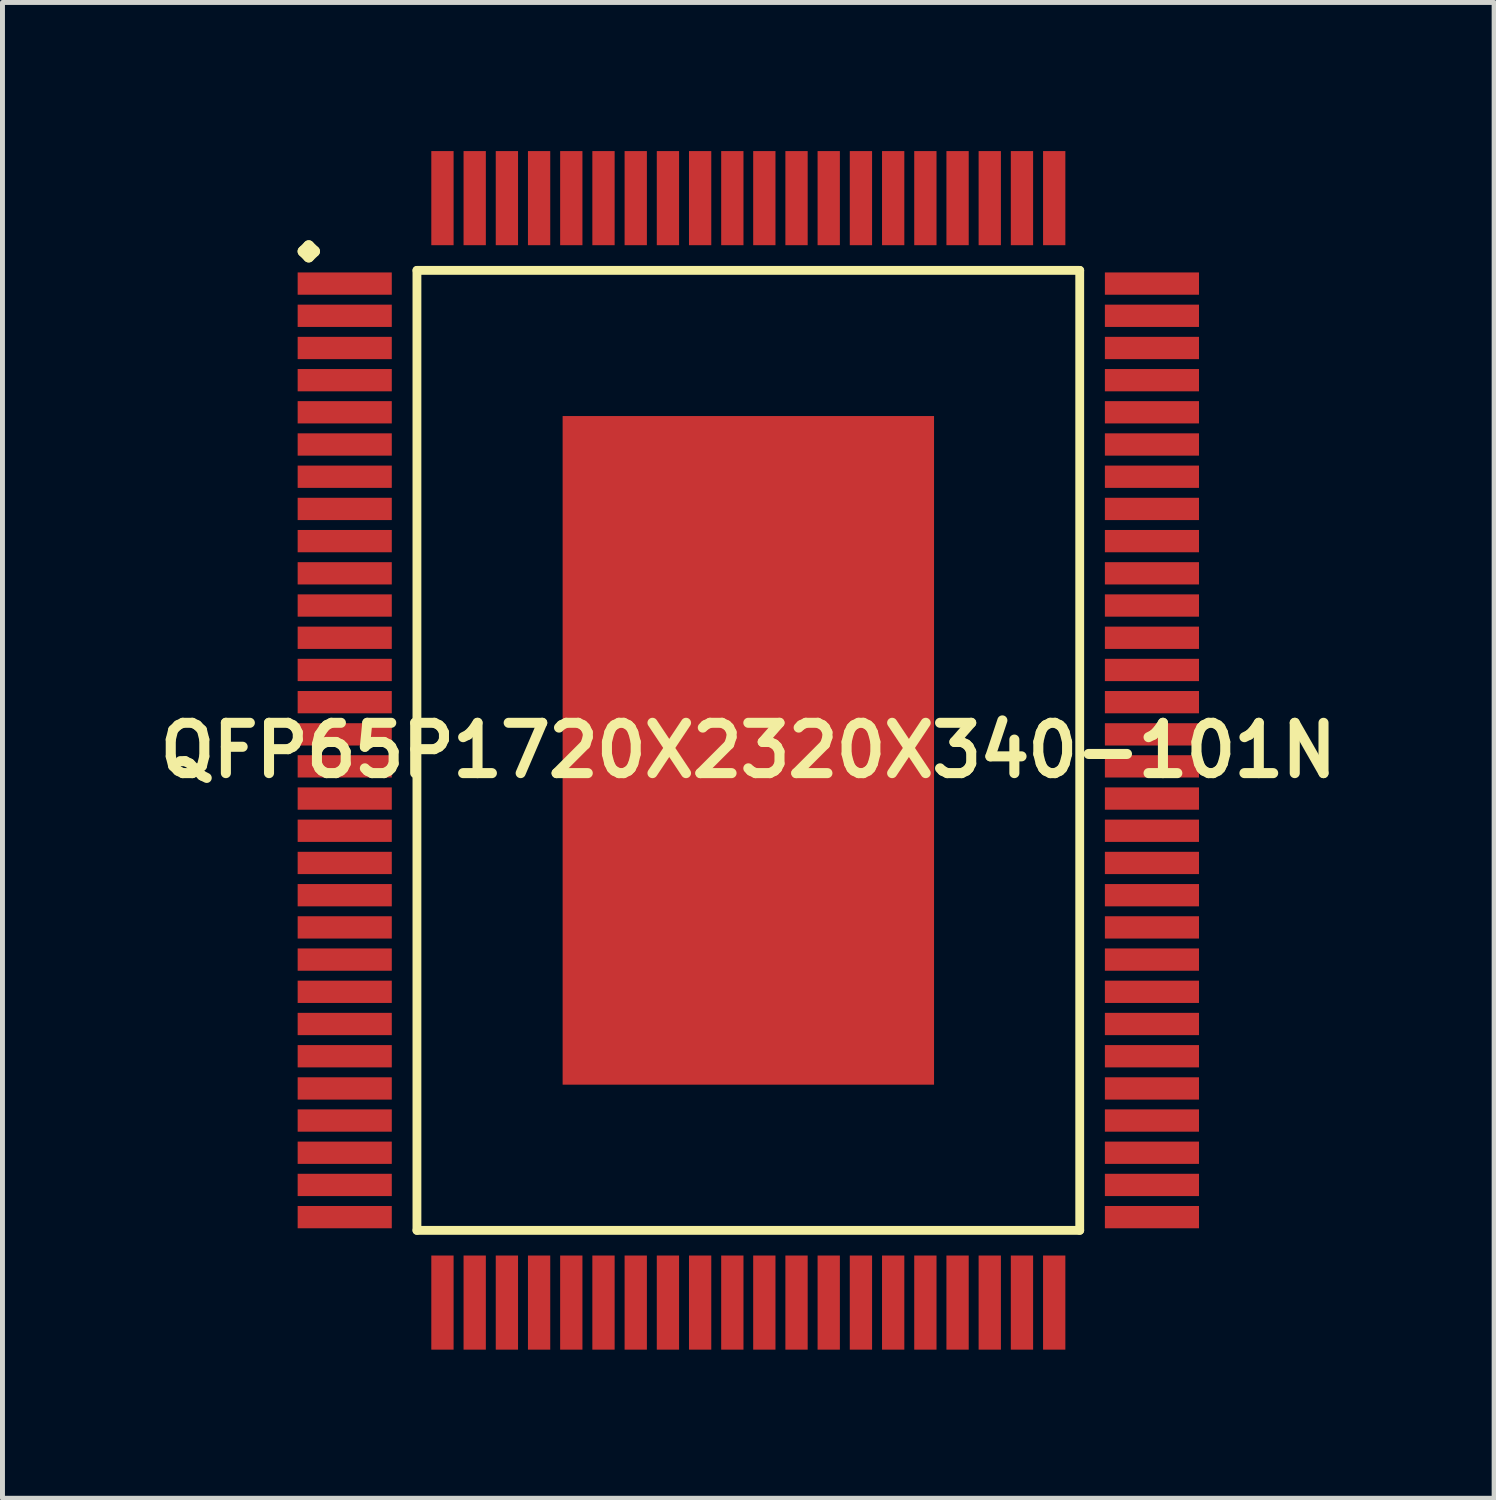
<source format=kicad_pcb>
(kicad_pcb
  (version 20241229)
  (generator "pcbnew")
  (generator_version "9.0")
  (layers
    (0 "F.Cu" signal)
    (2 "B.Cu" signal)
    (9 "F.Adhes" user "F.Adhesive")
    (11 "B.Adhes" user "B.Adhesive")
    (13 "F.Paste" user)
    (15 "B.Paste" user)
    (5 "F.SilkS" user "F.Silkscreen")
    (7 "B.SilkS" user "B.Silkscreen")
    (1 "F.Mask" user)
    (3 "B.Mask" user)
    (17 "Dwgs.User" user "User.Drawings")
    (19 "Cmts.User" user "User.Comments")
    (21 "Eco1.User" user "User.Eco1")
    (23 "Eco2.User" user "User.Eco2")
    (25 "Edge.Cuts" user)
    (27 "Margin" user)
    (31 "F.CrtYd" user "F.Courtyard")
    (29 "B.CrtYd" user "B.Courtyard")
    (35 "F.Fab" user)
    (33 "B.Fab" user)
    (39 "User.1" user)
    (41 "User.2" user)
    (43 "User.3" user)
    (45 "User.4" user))
  (footprint "QFP65P1720X2320X340-101N"
    (layer "F.Cu")
    (at 12.057 12.098)
    (property "Reference" "QFP65P1720X2320X340-101N" (at 0 0 0) (layer "F.SilkS") (effects (font (size 1.016 1.016) (thickness 0.203))))
    (attr smd)
    (fp_line (start -8.987 -10.074) (end -8.875 -10.185) (stroke (width 0.224) (type solid)) (layer "F.SilkS"))
    (fp_line (start -8.875 -10.185) (end -8.76 -10.074) (stroke (width 0.224) (type solid)) (layer "F.SilkS"))
    (fp_line (start -8.875 -9.962) (end -8.987 -10.074) (stroke (width 0.224) (type solid)) (layer "F.SilkS"))
    (fp_line (start -8.76 -10.074) (end -8.875 -9.962) (stroke (width 0.224) (type solid)) (layer "F.SilkS"))
    (fp_line (start -6.69 -9.69) (end -6.69 9.69) (stroke (width 0.178) (type solid)) (layer "F.SilkS"))
    (fp_line (start -6.69 9.69) (end 6.69 9.69) (stroke (width 0.178) (type solid)) (layer "F.SilkS"))
    (fp_line (start 6.69 -9.69) (end -6.69 -9.69) (stroke (width 0.178) (type solid)) (layer "F.SilkS"))
    (fp_line (start 6.69 9.69) (end 6.69 -9.69) (stroke (width 0.178) (type solid)) (layer "F.SilkS"))
    (pad "1" smd rect (at -8.148 -9.423) (size 1.9 0.45) (layers "F.Cu" "F.Mask" "F.Paste"))
    (pad "2" smd rect (at -8.148 -8.773) (size 1.9 0.45) (layers "F.Cu" "F.Mask" "F.Paste"))
    (pad "3" smd rect (at -8.148 -8.123) (size 1.9 0.45) (layers "F.Cu" "F.Mask" "F.Paste"))
    (pad "4" smd rect (at -8.148 -7.473) (size 1.9 0.45) (layers "F.Cu" "F.Mask" "F.Paste"))
    (pad "5" smd rect (at -8.148 -6.825) (size 1.9 0.45) (layers "F.Cu" "F.Mask" "F.Paste"))
    (pad "6" smd rect (at -8.148 -6.175) (size 1.9 0.45) (layers "F.Cu" "F.Mask" "F.Paste"))
    (pad "7" smd rect (at -8.148 -5.524) (size 1.9 0.45) (layers "F.Cu" "F.Mask" "F.Paste"))
    (pad "8" smd rect (at -8.148 -4.874) (size 1.9 0.45) (layers "F.Cu" "F.Mask" "F.Paste"))
    (pad "9" smd rect (at -8.148 -4.224) (size 1.9 0.45) (layers "F.Cu" "F.Mask" "F.Paste"))
    (pad "10" smd rect (at -8.148 -3.574) (size 1.9 0.45) (layers "F.Cu" "F.Mask" "F.Paste"))
    (pad "11" smd rect (at -8.148 -2.924) (size 1.9 0.45) (layers "F.Cu" "F.Mask" "F.Paste"))
    (pad "12" smd rect (at -8.148 -2.273) (size 1.9 0.45) (layers "F.Cu" "F.Mask" "F.Paste"))
    (pad "13" smd rect (at -8.148 -1.623) (size 1.9 0.45) (layers "F.Cu" "F.Mask" "F.Paste"))
    (pad "14" smd rect (at -8.148 -0.973) (size 1.9 0.45) (layers "F.Cu" "F.Mask" "F.Paste"))
    (pad "15" smd rect (at -8.148 -0.323) (size 1.9 0.45) (layers "F.Cu" "F.Mask" "F.Paste"))
    (pad "16" smd rect (at -8.148 0.323) (size 1.9 0.45) (layers "F.Cu" "F.Mask" "F.Paste"))
    (pad "17" smd rect (at -8.148 0.973) (size 1.9 0.45) (layers "F.Cu" "F.Mask" "F.Paste"))
    (pad "18" smd rect (at -8.148 1.623) (size 1.9 0.45) (layers "F.Cu" "F.Mask" "F.Paste"))
    (pad "19" smd rect (at -8.148 2.273) (size 1.9 0.45) (layers "F.Cu" "F.Mask" "F.Paste"))
    (pad "20" smd rect (at -8.148 2.924) (size 1.9 0.45) (layers "F.Cu" "F.Mask" "F.Paste"))
    (pad "21" smd rect (at -8.148 3.574) (size 1.9 0.45) (layers "F.Cu" "F.Mask" "F.Paste"))
    (pad "22" smd rect (at -8.148 4.224) (size 1.9 0.45) (layers "F.Cu" "F.Mask" "F.Paste"))
    (pad "23" smd rect (at -8.148 4.874) (size 1.9 0.45) (layers "F.Cu" "F.Mask" "F.Paste"))
    (pad "24" smd rect (at -8.148 5.524) (size 1.9 0.45) (layers "F.Cu" "F.Mask" "F.Paste"))
    (pad "25" smd rect (at -8.148 6.175) (size 1.9 0.45) (layers "F.Cu" "F.Mask" "F.Paste"))
    (pad "26" smd rect (at -8.148 6.825) (size 1.9 0.45) (layers "F.Cu" "F.Mask" "F.Paste"))
    (pad "27" smd rect (at -8.148 7.473) (size 1.9 0.45) (layers "F.Cu" "F.Mask" "F.Paste"))
    (pad "28" smd rect (at -8.148 8.123) (size 1.9 0.45) (layers "F.Cu" "F.Mask" "F.Paste"))
    (pad "29" smd rect (at -8.148 8.773) (size 1.9 0.45) (layers "F.Cu" "F.Mask" "F.Paste"))
    (pad "30" smd rect (at -8.148 9.423) (size 1.9 0.45) (layers "F.Cu" "F.Mask" "F.Paste"))
    (pad "31" smd rect (at -6.175 11.148) (size 0.45 1.9) (layers "F.Cu" "F.Mask" "F.Paste"))
    (pad "32" smd rect (at -5.524 11.148) (size 0.45 1.9) (layers "F.Cu" "F.Mask" "F.Paste"))
    (pad "33" smd rect (at -4.874 11.148) (size 0.45 1.9) (layers "F.Cu" "F.Mask" "F.Paste"))
    (pad "34" smd rect (at -4.224 11.148) (size 0.45 1.9) (layers "F.Cu" "F.Mask" "F.Paste"))
    (pad "35" smd rect (at -3.574 11.148) (size 0.45 1.9) (layers "F.Cu" "F.Mask" "F.Paste"))
    (pad "36" smd rect (at -2.924 11.148) (size 0.45 1.9) (layers "F.Cu" "F.Mask" "F.Paste"))
    (pad "37" smd rect (at -2.273 11.148) (size 0.45 1.9) (layers "F.Cu" "F.Mask" "F.Paste"))
    (pad "38" smd rect (at -1.623 11.148) (size 0.45 1.9) (layers "F.Cu" "F.Mask" "F.Paste"))
    (pad "39" smd rect (at -0.973 11.148) (size 0.45 1.9) (layers "F.Cu" "F.Mask" "F.Paste"))
    (pad "40" smd rect (at -0.323 11.148) (size 0.45 1.9) (layers "F.Cu" "F.Mask" "F.Paste"))
    (pad "41" smd rect (at 0.323 11.148) (size 0.45 1.9) (layers "F.Cu" "F.Mask" "F.Paste"))
    (pad "42" smd rect (at 0.973 11.148) (size 0.45 1.9) (layers "F.Cu" "F.Mask" "F.Paste"))
    (pad "43" smd rect (at 1.623 11.148) (size 0.45 1.9) (layers "F.Cu" "F.Mask" "F.Paste"))
    (pad "44" smd rect (at 2.273 11.148) (size 0.45 1.9) (layers "F.Cu" "F.Mask" "F.Paste"))
    (pad "45" smd rect (at 2.924 11.148) (size 0.45 1.9) (layers "F.Cu" "F.Mask" "F.Paste"))
    (pad "46" smd rect (at 3.574 11.148) (size 0.45 1.9) (layers "F.Cu" "F.Mask" "F.Paste"))
    (pad "47" smd rect (at 4.224 11.148) (size 0.45 1.9) (layers "F.Cu" "F.Mask" "F.Paste"))
    (pad "48" smd rect (at 4.874 11.148) (size 0.45 1.9) (layers "F.Cu" "F.Mask" "F.Paste"))
    (pad "49" smd rect (at 5.524 11.148) (size 0.45 1.9) (layers "F.Cu" "F.Mask" "F.Paste"))
    (pad "50" smd rect (at 6.175 11.148) (size 0.45 1.9) (layers "F.Cu" "F.Mask" "F.Paste"))
    (pad "51" smd rect (at 8.148 9.423) (size 1.9 0.45) (layers "F.Cu" "F.Mask" "F.Paste"))
    (pad "52" smd rect (at 8.148 8.773) (size 1.9 0.45) (layers "F.Cu" "F.Mask" "F.Paste"))
    (pad "53" smd rect (at 8.148 8.123) (size 1.9 0.45) (layers "F.Cu" "F.Mask" "F.Paste"))
    (pad "54" smd rect (at 8.148 7.473) (size 1.9 0.45) (layers "F.Cu" "F.Mask" "F.Paste"))
    (pad "55" smd rect (at 8.148 6.825) (size 1.9 0.45) (layers "F.Cu" "F.Mask" "F.Paste"))
    (pad "56" smd rect (at 8.148 6.175) (size 1.9 0.45) (layers "F.Cu" "F.Mask" "F.Paste"))
    (pad "57" smd rect (at 8.148 5.524) (size 1.9 0.45) (layers "F.Cu" "F.Mask" "F.Paste"))
    (pad "58" smd rect (at 8.148 4.874) (size 1.9 0.45) (layers "F.Cu" "F.Mask" "F.Paste"))
    (pad "59" smd rect (at 8.148 4.224) (size 1.9 0.45) (layers "F.Cu" "F.Mask" "F.Paste"))
    (pad "60" smd rect (at 8.148 3.574) (size 1.9 0.45) (layers "F.Cu" "F.Mask" "F.Paste"))
    (pad "61" smd rect (at 8.148 2.924) (size 1.9 0.45) (layers "F.Cu" "F.Mask" "F.Paste"))
    (pad "62" smd rect (at 8.148 2.273) (size 1.9 0.45) (layers "F.Cu" "F.Mask" "F.Paste"))
    (pad "63" smd rect (at 8.148 1.623) (size 1.9 0.45) (layers "F.Cu" "F.Mask" "F.Paste"))
    (pad "64" smd rect (at 8.148 0.973) (size 1.9 0.45) (layers "F.Cu" "F.Mask" "F.Paste"))
    (pad "65" smd rect (at 8.148 0.323) (size 1.9 0.45) (layers "F.Cu" "F.Mask" "F.Paste"))
    (pad "66" smd rect (at 8.148 -0.323) (size 1.9 0.45) (layers "F.Cu" "F.Mask" "F.Paste"))
    (pad "67" smd rect (at 8.148 -0.973) (size 1.9 0.45) (layers "F.Cu" "F.Mask" "F.Paste"))
    (pad "68" smd rect (at 8.148 -1.623) (size 1.9 0.45) (layers "F.Cu" "F.Mask" "F.Paste"))
    (pad "69" smd rect (at 8.148 -2.273) (size 1.9 0.45) (layers "F.Cu" "F.Mask" "F.Paste"))
    (pad "70" smd rect (at 8.148 -2.924) (size 1.9 0.45) (layers "F.Cu" "F.Mask" "F.Paste"))
    (pad "71" smd rect (at 8.148 -3.574) (size 1.9 0.45) (layers "F.Cu" "F.Mask" "F.Paste"))
    (pad "72" smd rect (at 8.148 -4.224) (size 1.9 0.45) (layers "F.Cu" "F.Mask" "F.Paste"))
    (pad "73" smd rect (at 8.148 -4.874) (size 1.9 0.45) (layers "F.Cu" "F.Mask" "F.Paste"))
    (pad "74" smd rect (at 8.148 -5.524) (size 1.9 0.45) (layers "F.Cu" "F.Mask" "F.Paste"))
    (pad "75" smd rect (at 8.148 -6.175) (size 1.9 0.45) (layers "F.Cu" "F.Mask" "F.Paste"))
    (pad "76" smd rect (at 8.148 -6.825) (size 1.9 0.45) (layers "F.Cu" "F.Mask" "F.Paste"))
    (pad "77" smd rect (at 8.148 -7.473) (size 1.9 0.45) (layers "F.Cu" "F.Mask" "F.Paste"))
    (pad "78" smd rect (at 8.148 -8.123) (size 1.9 0.45) (layers "F.Cu" "F.Mask" "F.Paste"))
    (pad "79" smd rect (at 8.148 -8.773) (size 1.9 0.45) (layers "F.Cu" "F.Mask" "F.Paste"))
    (pad "80" smd rect (at 8.148 -9.423) (size 1.9 0.45) (layers "F.Cu" "F.Mask" "F.Paste"))
    (pad "81" smd rect (at 6.175 -11.148) (size 0.45 1.9) (layers "F.Cu" "F.Mask" "F.Paste"))
    (pad "82" smd rect (at 5.524 -11.148) (size 0.45 1.9) (layers "F.Cu" "F.Mask" "F.Paste"))
    (pad "83" smd rect (at 4.874 -11.148) (size 0.45 1.9) (layers "F.Cu" "F.Mask" "F.Paste"))
    (pad "84" smd rect (at 4.224 -11.148) (size 0.45 1.9) (layers "F.Cu" "F.Mask" "F.Paste"))
    (pad "85" smd rect (at 3.574 -11.148) (size 0.45 1.9) (layers "F.Cu" "F.Mask" "F.Paste"))
    (pad "86" smd rect (at 2.924 -11.148) (size 0.45 1.9) (layers "F.Cu" "F.Mask" "F.Paste"))
    (pad "87" smd rect (at 2.273 -11.148) (size 0.45 1.9) (layers "F.Cu" "F.Mask" "F.Paste"))
    (pad "88" smd rect (at 1.623 -11.148) (size 0.45 1.9) (layers "F.Cu" "F.Mask" "F.Paste"))
    (pad "89" smd rect (at 0.973 -11.148) (size 0.45 1.9) (layers "F.Cu" "F.Mask" "F.Paste"))
    (pad "90" smd rect (at 0.323 -11.148) (size 0.45 1.9) (layers "F.Cu" "F.Mask" "F.Paste"))
    (pad "91" smd rect (at -0.323 -11.148) (size 0.45 1.9) (layers "F.Cu" "F.Mask" "F.Paste"))
    (pad "92" smd rect (at -0.973 -11.148) (size 0.45 1.9) (layers "F.Cu" "F.Mask" "F.Paste"))
    (pad "93" smd rect (at -1.623 -11.148) (size 0.45 1.9) (layers "F.Cu" "F.Mask" "F.Paste"))
    (pad "94" smd rect (at -2.273 -11.148) (size 0.45 1.9) (layers "F.Cu" "F.Mask" "F.Paste"))
    (pad "95" smd rect (at -2.924 -11.148) (size 0.45 1.9) (layers "F.Cu" "F.Mask" "F.Paste"))
    (pad "96" smd rect (at -3.574 -11.148) (size 0.45 1.9) (layers "F.Cu" "F.Mask" "F.Paste"))
    (pad "97" smd rect (at -4.224 -11.148) (size 0.45 1.9) (layers "F.Cu" "F.Mask" "F.Paste"))
    (pad "98" smd rect (at -4.874 -11.148) (size 0.45 1.9) (layers "F.Cu" "F.Mask" "F.Paste"))
    (pad "99" smd rect (at -5.524 -11.148) (size 0.45 1.9) (layers "F.Cu" "F.Mask" "F.Paste"))
    (pad "100" smd rect (at -6.175 -11.148) (size 0.45 1.9) (layers "F.Cu" "F.Mask" "F.Paste"))
    (pad "101" smd rect (at 0 0) (size 7.498 13.498) (layers "F.Cu" "F.Mask" "F.Paste")))
  (gr_rect
    (start -3 -3)
    (end 27.113 27.196)
    (stroke (width 0.1) (type default))
    (fill no)
    (layer "Edge.Cuts")))
</source>
